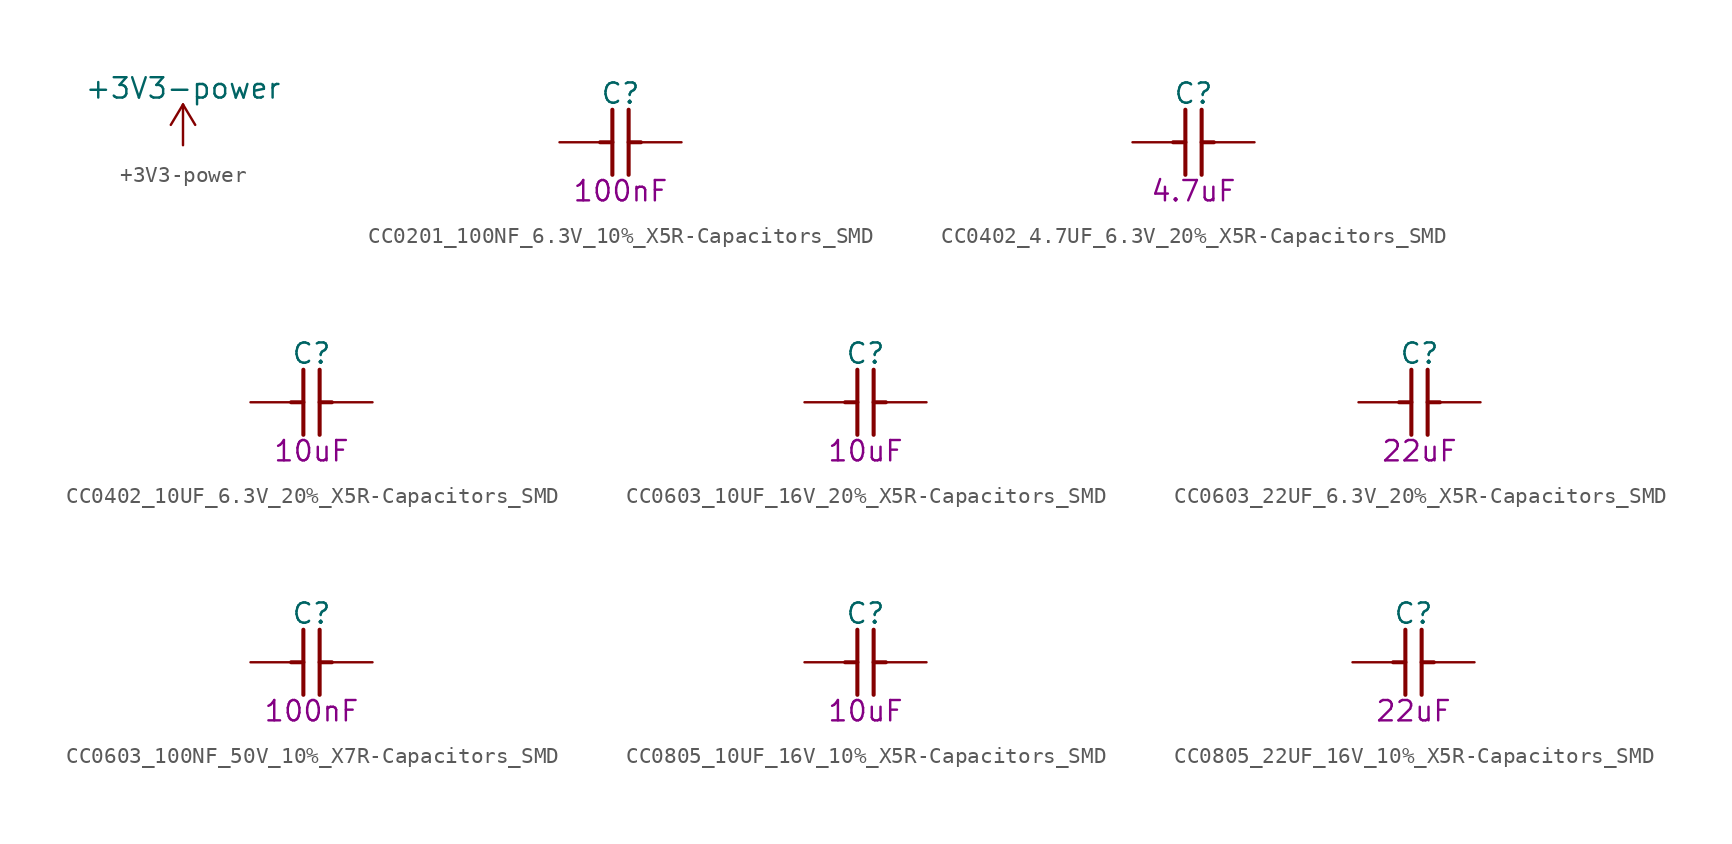
<source format=kicad_sym>
(kicad_symbol_lib
  (version 20200126)
  (host kicad_symbol_editor "(5.99.0-2809-gaceed2b0a4)")
  (symbol "LCD_Board-rescue:+3V3-power"
    (power)
    (pin_names
      (offset 0))
    (property "Reference" "#PWR"
      (at 0 -3.81 0)
      (effects (font (size 1.27 1.27)) hide))
    (property "Value" "+3V3-power"
      (at 0 3.556 0)
      (effects (font (size 1.27 1.27))))
    (symbol "+3V3-power_0_1"
      (polyline (pts (xy -0.762 1.27) (xy 0 2.54)) (stroke (width 0)) (fill (type none)))
      (polyline (pts (xy 0 0) (xy 0 2.54)) (stroke (width 0)) (fill (type none)))
      (polyline (pts (xy 0 2.54) (xy 0.762 1.27)) (stroke (width 0)) (fill (type none))))
    (symbol "+3V3-power_1_1"
      (pin power_in line (at 0 0 90) (length 0) hide (name "+3V3" (effects (font (size 1.27 1.27)))) (number "1" (effects (font (size 1.27 1.27)))))))
  (symbol "LCD_Board-rescue:CC0201_100NF_6.3V_10%_X5R-Capacitors_SMD"
    (pin_names
      (offset 1.27))
    (property "Reference" "C"
      (at 3.81 3.048 0)
      (effects (font (size 1.27 1.27))))
    (property "Val" "100nF"
      (at 3.81 -3.048 0)
      (effects (font (size 1.27 1.27))))
    (property "ki_locked" ""
      (at 0 0 0)
      (effects (font (size 1.27 1.27))))
    (symbol "CC0201_100NF_6.3V_10%_X5R-Capacitors_SMD_0_1"
      (polyline (pts (xy 2.54 0) (xy 3.302 0)) (stroke (width 0.254)) (fill (type none)))
      (polyline (pts (xy 3.302 -2.032) (xy 3.302 2.032)) (stroke (width 0.254)) (fill (type none)))
      (polyline (pts (xy 4.318 2.032) (xy 4.318 -2.032)) (stroke (width 0.254)) (fill (type none)))
      (polyline (pts (xy 5.08 0) (xy 4.318 0)) (stroke (width 0.254)) (fill (type none)))
      (pin passive line (at 0 0 0) (length 2.54) (name "1" (effects (font (size 0 0)))) (number "1" (effects (font (size 0 0)))))
      (pin passive line (at 7.62 0 180) (length 2.54) (name "2" (effects (font (size 0 0)))) (number "2" (effects (font (size 0 0)))))))
  (symbol "LCD_Board-rescue:CC0402_4.7UF_6.3V_20%_X5R-Capacitors_SMD"
    (pin_names
      (offset 1.27))
    (property "Reference" "C"
      (at 3.81 3.048 0)
      (effects (font (size 1.27 1.27))))
    (property "Val" "4.7uF"
      (at 3.81 -3.048 0)
      (effects (font (size 1.27 1.27))))
    (property "ki_locked" ""
      (at 0 0 0)
      (effects (font (size 1.27 1.27))))
    (symbol "CC0402_4.7UF_6.3V_20%_X5R-Capacitors_SMD_0_1"
      (polyline (pts (xy 2.54 0) (xy 3.302 0)) (stroke (width 0.254)) (fill (type none)))
      (polyline (pts (xy 3.302 -2.032) (xy 3.302 2.032)) (stroke (width 0.254)) (fill (type none)))
      (polyline (pts (xy 4.318 2.032) (xy 4.318 -2.032)) (stroke (width 0.254)) (fill (type none)))
      (polyline (pts (xy 5.08 0) (xy 4.318 0)) (stroke (width 0.254)) (fill (type none)))
      (pin passive line (at 0 0 0) (length 2.54) (name "1" (effects (font (size 0 0)))) (number "1" (effects (font (size 0 0)))))
      (pin passive line (at 7.62 0 180) (length 2.54) (name "2" (effects (font (size 0 0)))) (number "2" (effects (font (size 0 0)))))))
  (symbol "LCD_Board-rescue:CC0402_10UF_6.3V_20%_X5R-Capacitors_SMD"
    (pin_names
      (offset 1.27))
    (property "Reference" "C"
      (at 3.81 3.048 0)
      (effects (font (size 1.27 1.27))))
    (property "Val" "10uF"
      (at 3.81 -3.048 0)
      (effects (font (size 1.27 1.27))))
    (property "ki_locked" ""
      (at 0 0 0)
      (effects (font (size 1.27 1.27))))
    (symbol "CC0402_10UF_6.3V_20%_X5R-Capacitors_SMD_0_1"
      (polyline (pts (xy 2.54 0) (xy 3.302 0)) (stroke (width 0.254)) (fill (type none)))
      (polyline (pts (xy 3.302 -2.032) (xy 3.302 2.032)) (stroke (width 0.254)) (fill (type none)))
      (polyline (pts (xy 4.318 2.032) (xy 4.318 -2.032)) (stroke (width 0.254)) (fill (type none)))
      (polyline (pts (xy 5.08 0) (xy 4.318 0)) (stroke (width 0.254)) (fill (type none)))
      (pin passive line (at 0 0 0) (length 2.54) (name "1" (effects (font (size 0 0)))) (number "1" (effects (font (size 0 0)))))
      (pin passive line (at 7.62 0 180) (length 2.54) (name "2" (effects (font (size 0 0)))) (number "2" (effects (font (size 0 0)))))))
  (symbol "LCD_Board-rescue:CC0603_10UF_16V_20%_X5R-Capacitors_SMD"
    (pin_names
      (offset 1.27))
    (property "Reference" "C"
      (at 3.81 3.048 0)
      (effects (font (size 1.27 1.27))))
    (property "Val" "10uF"
      (at 3.81 -3.048 0)
      (effects (font (size 1.27 1.27))))
    (property "ki_locked" ""
      (at 0 0 0)
      (effects (font (size 1.27 1.27))))
    (symbol "CC0603_10UF_16V_20%_X5R-Capacitors_SMD_0_1"
      (polyline (pts (xy 2.54 0) (xy 3.302 0)) (stroke (width 0.254)) (fill (type none)))
      (polyline (pts (xy 3.302 -2.032) (xy 3.302 2.032)) (stroke (width 0.254)) (fill (type none)))
      (polyline (pts (xy 4.318 2.032) (xy 4.318 -2.032)) (stroke (width 0.254)) (fill (type none)))
      (polyline (pts (xy 5.08 0) (xy 4.318 0)) (stroke (width 0.254)) (fill (type none)))
      (pin passive line (at 0 0 0) (length 2.54) (name "1" (effects (font (size 0 0)))) (number "1" (effects (font (size 0 0)))))
      (pin passive line (at 7.62 0 180) (length 2.54) (name "2" (effects (font (size 0 0)))) (number "2" (effects (font (size 0 0)))))))
  (symbol "LCD_Board-rescue:CC0603_22UF_6.3V_20%_X5R-Capacitors_SMD"
    (pin_names
      (offset 1.27))
    (property "Reference" "C"
      (at 3.81 3.048 0)
      (effects (font (size 1.27 1.27))))
    (property "Val" "22uF"
      (at 3.81 -3.048 0)
      (effects (font (size 1.27 1.27))))
    (property "ki_locked" ""
      (at 0 0 0)
      (effects (font (size 1.27 1.27))))
    (symbol "CC0603_22UF_6.3V_20%_X5R-Capacitors_SMD_0_1"
      (polyline (pts (xy 2.54 0) (xy 3.302 0)) (stroke (width 0.254)) (fill (type none)))
      (polyline (pts (xy 3.302 -2.032) (xy 3.302 2.032)) (stroke (width 0.254)) (fill (type none)))
      (polyline (pts (xy 4.318 2.032) (xy 4.318 -2.032)) (stroke (width 0.254)) (fill (type none)))
      (polyline (pts (xy 5.08 0) (xy 4.318 0)) (stroke (width 0.254)) (fill (type none)))
      (pin passive line (at 0 0 0) (length 2.54) (name "1" (effects (font (size 0 0)))) (number "1" (effects (font (size 0 0)))))
      (pin passive line (at 7.62 0 180) (length 2.54) (name "2" (effects (font (size 0 0)))) (number "2" (effects (font (size 0 0)))))))
  (symbol "LCD_Board-rescue:CC0603_100NF_50V_10%_X7R-Capacitors_SMD"
    (pin_names
      (offset 1.27))
    (property "Reference" "C"
      (at 3.81 3.048 0)
      (effects (font (size 1.27 1.27))))
    (property "Val" "100nF"
      (at 3.81 -3.048 0)
      (effects (font (size 1.27 1.27))))
    (property "ki_locked" ""
      (at 0 0 0)
      (effects (font (size 1.27 1.27))))
    (symbol "CC0603_100NF_50V_10%_X7R-Capacitors_SMD_0_1"
      (polyline (pts (xy 2.54 0) (xy 3.302 0)) (stroke (width 0.254)) (fill (type none)))
      (polyline (pts (xy 3.302 -2.032) (xy 3.302 2.032)) (stroke (width 0.254)) (fill (type none)))
      (polyline (pts (xy 4.318 2.032) (xy 4.318 -2.032)) (stroke (width 0.254)) (fill (type none)))
      (polyline (pts (xy 5.08 0) (xy 4.318 0)) (stroke (width 0.254)) (fill (type none)))
      (pin passive line (at 0 0 0) (length 2.54) (name "1" (effects (font (size 0 0)))) (number "1" (effects (font (size 0 0)))))
      (pin passive line (at 7.62 0 180) (length 2.54) (name "2" (effects (font (size 0 0)))) (number "2" (effects (font (size 0 0)))))))
  (symbol "LCD_Board-rescue:CC0805_10UF_16V_10%_X5R-Capacitors_SMD"
    (pin_names
      (offset 1.27))
    (property "Reference" "C"
      (at 3.81 3.048 0)
      (effects (font (size 1.27 1.27))))
    (property "Val" "10uF"
      (at 3.81 -3.048 0)
      (effects (font (size 1.27 1.27))))
    (property "ki_locked" ""
      (at 0 0 0)
      (effects (font (size 1.27 1.27))))
    (symbol "CC0805_10UF_16V_10%_X5R-Capacitors_SMD_0_1"
      (polyline (pts (xy 2.54 0) (xy 3.302 0)) (stroke (width 0.254)) (fill (type none)))
      (polyline (pts (xy 3.302 -2.032) (xy 3.302 2.032)) (stroke (width 0.254)) (fill (type none)))
      (polyline (pts (xy 4.318 2.032) (xy 4.318 -2.032)) (stroke (width 0.254)) (fill (type none)))
      (polyline (pts (xy 5.08 0) (xy 4.318 0)) (stroke (width 0.254)) (fill (type none)))
      (pin passive line (at 0 0 0) (length 2.54) (name "1" (effects (font (size 0 0)))) (number "1" (effects (font (size 0 0)))))
      (pin passive line (at 7.62 0 180) (length 2.54) (name "2" (effects (font (size 0 0)))) (number "2" (effects (font (size 0 0)))))))
  (symbol "LCD_Board-rescue:CC0805_22UF_16V_10%_X5R-Capacitors_SMD"
    (pin_names
      (offset 1.27))
    (property "Reference" "C"
      (at 3.81 3.048 0)
      (effects (font (size 1.27 1.27))))
    (property "Val" "22uF"
      (at 3.81 -3.048 0)
      (effects (font (size 1.27 1.27))))
    (property "ki_locked" ""
      (at 0 0 0)
      (effects (font (size 1.27 1.27))))
    (symbol "CC0805_22UF_16V_10%_X5R-Capacitors_SMD_0_1"
      (polyline (pts (xy 2.54 0) (xy 3.302 0)) (stroke (width 0.254)) (fill (type none)))
      (polyline (pts (xy 3.302 -2.032) (xy 3.302 2.032)) (stroke (width 0.254)) (fill (type none)))
      (polyline (pts (xy 4.318 2.032) (xy 4.318 -2.032)) (stroke (width 0.254)) (fill (type none)))
      (polyline (pts (xy 5.08 0) (xy 4.318 0)) (stroke (width 0.254)) (fill (type none)))
      (pin passive line (at 0 0 0) (length 2.54) (name "1" (effects (font (size 0 0)))) (number "1" (effects (font (size 0 0)))))
      (pin passive line (at 7.62 0 180) (length 2.54) (name "2" (effects (font (size 0 0)))) (number "2" (effects (font (size 0 0))))))))
</source>
